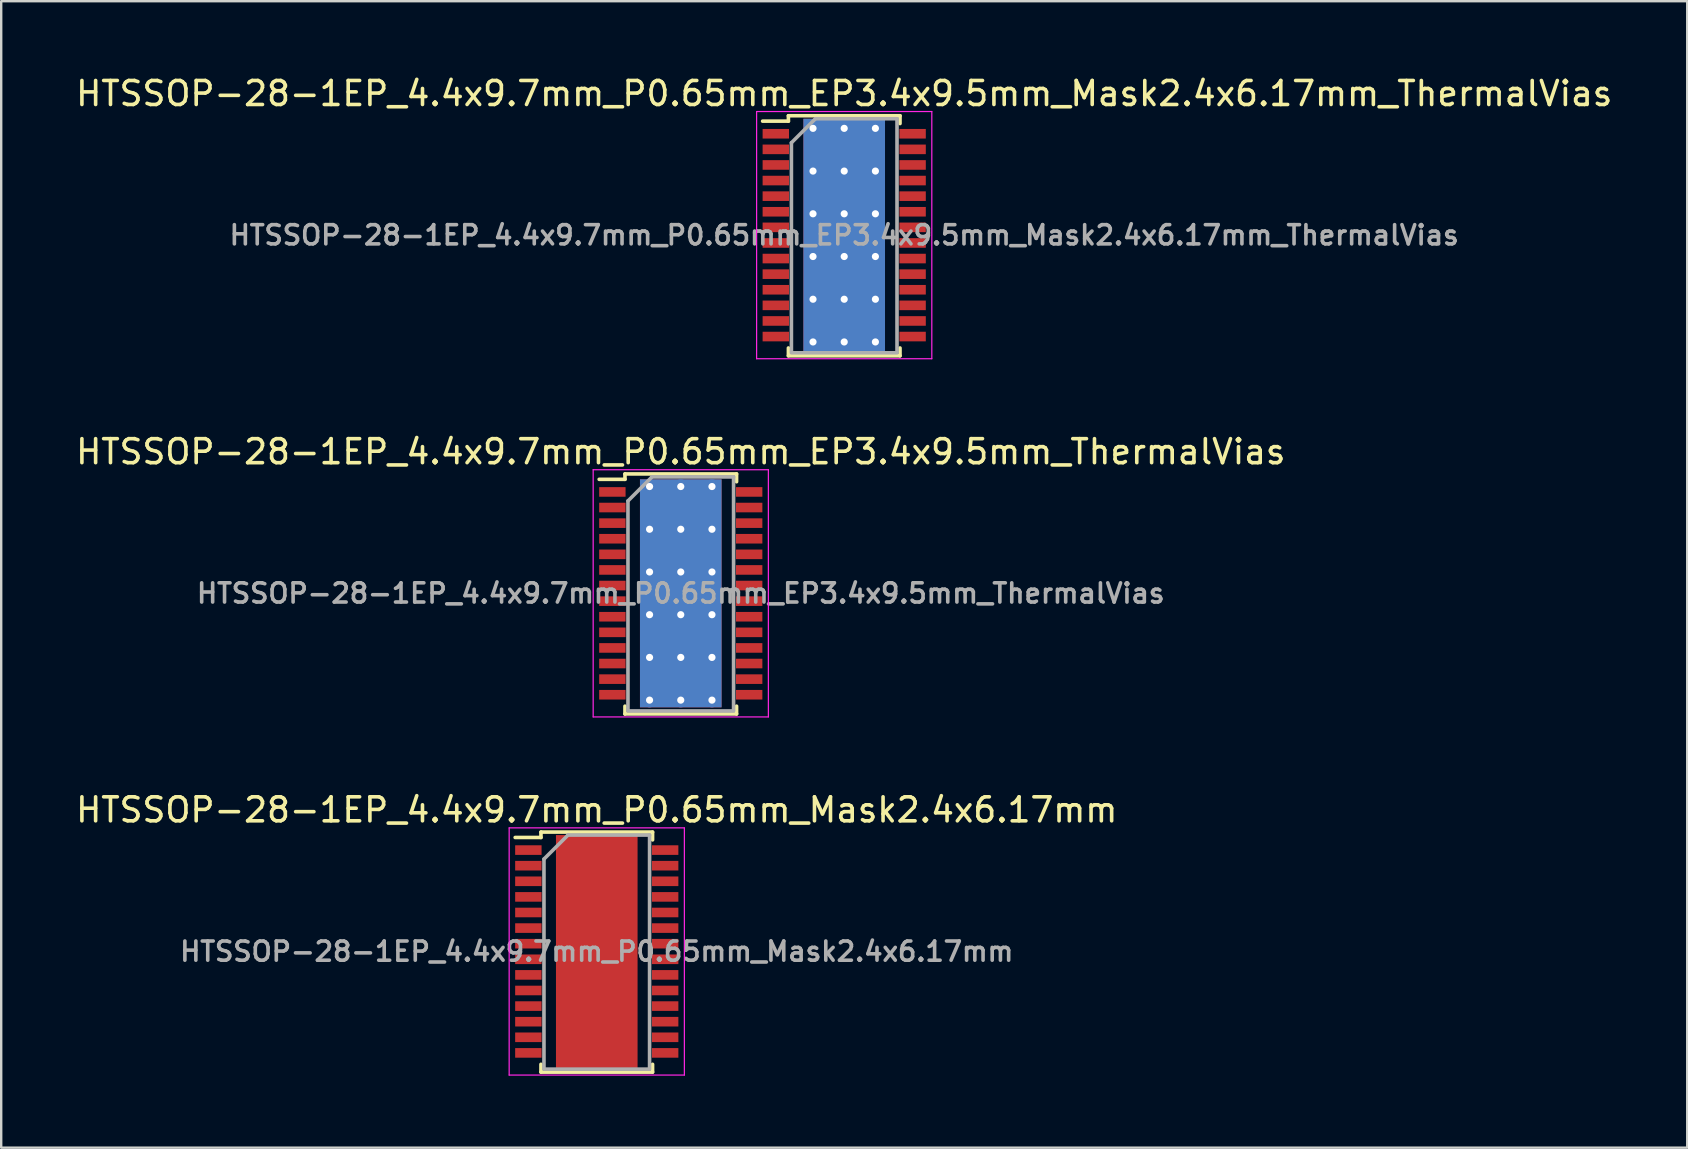
<source format=kicad_pcb>
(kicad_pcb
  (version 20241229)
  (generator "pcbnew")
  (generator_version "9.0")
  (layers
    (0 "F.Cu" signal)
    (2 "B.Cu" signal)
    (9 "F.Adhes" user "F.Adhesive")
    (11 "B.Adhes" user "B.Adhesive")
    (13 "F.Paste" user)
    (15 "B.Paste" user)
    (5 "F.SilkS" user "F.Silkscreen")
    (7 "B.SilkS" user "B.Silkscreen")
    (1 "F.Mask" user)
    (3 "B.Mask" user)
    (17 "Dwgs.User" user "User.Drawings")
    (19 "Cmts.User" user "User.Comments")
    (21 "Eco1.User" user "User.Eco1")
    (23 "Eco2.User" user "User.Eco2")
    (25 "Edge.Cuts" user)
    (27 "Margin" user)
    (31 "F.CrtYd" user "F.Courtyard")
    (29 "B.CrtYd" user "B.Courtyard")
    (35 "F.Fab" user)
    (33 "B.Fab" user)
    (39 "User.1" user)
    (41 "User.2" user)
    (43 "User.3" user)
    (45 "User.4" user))
  (footprint "HTSSOP-28-1EP_4.4x9.7mm_P0.65mm_EP3.4x9.5mm_Mask2.4x6.17mm_ThermalVias"
    (layer "F.Cu")
    (at 32.125 6.748)
    (property "Reference" "HTSSOP-28-1EP_4.4x9.7mm_P0.65mm_EP3.4x9.5mm_Mask2.4x6.17mm_ThermalVias" (at 0 -5.9 0) (layer "F.SilkS") (effects (font (size 1 1) (thickness 0.15))))
    (attr smd)
    (fp_line (start -2.325 -4.975) (end -2.325 -4.75) (stroke (width 0.15) (type solid)) (layer "F.SilkS"))
    (fp_line (start -2.325 -4.975) (end 2.325 -4.975) (stroke (width 0.15) (type solid)) (layer "F.SilkS"))
    (fp_line (start -2.325 -4.75) (end -3.4 -4.75) (stroke (width 0.15) (type solid)) (layer "F.SilkS"))
    (fp_line (start -2.325 5.026) (end -2.325 4.701) (stroke (width 0.15) (type solid)) (layer "F.SilkS"))
    (fp_line (start -2.325 5.026) (end 2.325 5.026) (stroke (width 0.15) (type solid)) (layer "F.SilkS"))
    (fp_line (start 2.325 -4.975) (end 2.325 -4.65) (stroke (width 0.15) (type solid)) (layer "F.SilkS"))
    (fp_line (start 2.325 5.026) (end 2.325 4.701) (stroke (width 0.15) (type solid)) (layer "F.SilkS"))
    (fp_line (start -3.65 -5.15) (end -3.65 5.15) (stroke (width 0.05) (type solid)) (layer "F.CrtYd"))
    (fp_line (start -3.65 -5.15) (end 3.65 -5.15) (stroke (width 0.05) (type solid)) (layer "F.CrtYd"))
    (fp_line (start -3.65 5.15) (end 3.65 5.15) (stroke (width 0.05) (type solid)) (layer "F.CrtYd"))
    (fp_line (start 3.65 -5.15) (end 3.65 5.15) (stroke (width 0.05) (type solid)) (layer "F.CrtYd"))
    (fp_line (start -2.2 -3.85) (end -1.2 -4.85) (stroke (width 0.15) (type solid)) (layer "F.Fab"))
    (fp_line (start -2.2 4.85) (end -2.2 -3.85) (stroke (width 0.15) (type solid)) (layer "F.Fab"))
    (fp_line (start -1.2 -4.85) (end 2.2 -4.85) (stroke (width 0.15) (type solid)) (layer "F.Fab"))
    (fp_line (start 2.2 -4.85) (end 2.2 4.85) (stroke (width 0.15) (type solid)) (layer "F.Fab"))
    (fp_line (start 2.2 4.901) (end -2.2 4.901) (stroke (width 0.15) (type solid)) (layer "F.Fab"))
    (fp_text user "${REFERENCE}" (at 0 0 0) (layer "F.Fab") (effects (font (size 0.8 0.8) (thickness 0.15))))
    (pad "" smd rect (at -0.6 -1.78) (size 0.9 1.4) (layers "F.Paste"))
    (pad "" smd rect (at -0.6 0) (size 0.9 1.4) (layers "F.Paste"))
    (pad "" smd rect (at -0.6 1.78) (size 0.9 1.4) (layers "F.Paste"))
    (pad "" smd rect (at 0 0) (size 2.4 6.17) (layers "F.Mask"))
    (pad "" smd rect (at 0.6 -1.78) (size 0.9 1.4) (layers "F.Paste"))
    (pad "" smd rect (at 0.6 0) (size 0.9 1.4) (layers "F.Paste"))
    (pad "" smd rect (at 0.6 1.78) (size 0.9 1.4) (layers "F.Paste"))
    (pad "1" smd rect (at -2.85 -4.225) (size 1.1 0.4) (layers "F.Cu" "F.Mask" "F.Paste"))
    (pad "2" smd rect (at -2.85 -3.575) (size 1.1 0.4) (layers "F.Cu" "F.Mask" "F.Paste"))
    (pad "3" smd rect (at -2.85 -2.925) (size 1.1 0.4) (layers "F.Cu" "F.Mask" "F.Paste"))
    (pad "4" smd rect (at -2.85 -2.275) (size 1.1 0.4) (layers "F.Cu" "F.Mask" "F.Paste"))
    (pad "5" smd rect (at -2.85 -1.625) (size 1.1 0.4) (layers "F.Cu" "F.Mask" "F.Paste"))
    (pad "6" smd rect (at -2.85 -0.975) (size 1.1 0.4) (layers "F.Cu" "F.Mask" "F.Paste"))
    (pad "7" smd rect (at -2.85 -0.325) (size 1.1 0.4) (layers "F.Cu" "F.Mask" "F.Paste"))
    (pad "8" smd rect (at -2.85 0.325) (size 1.1 0.4) (layers "F.Cu" "F.Mask" "F.Paste"))
    (pad "9" smd rect (at -2.85 0.975) (size 1.1 0.4) (layers "F.Cu" "F.Mask" "F.Paste"))
    (pad "10" smd rect (at -2.85 1.625) (size 1.1 0.4) (layers "F.Cu" "F.Mask" "F.Paste"))
    (pad "11" smd rect (at -2.85 2.275) (size 1.1 0.4) (layers "F.Cu" "F.Mask" "F.Paste"))
    (pad "12" smd rect (at -2.85 2.925) (size 1.1 0.4) (layers "F.Cu" "F.Mask" "F.Paste"))
    (pad "13" smd rect (at -2.85 3.575) (size 1.1 0.4) (layers "F.Cu" "F.Mask" "F.Paste"))
    (pad "14" smd rect (at -2.85 4.225) (size 1.1 0.4) (layers "F.Cu" "F.Mask" "F.Paste"))
    (pad "15" smd rect (at 2.85 4.225) (size 1.1 0.4) (layers "F.Cu" "F.Mask" "F.Paste"))
    (pad "16" smd rect (at 2.85 3.575) (size 1.1 0.4) (layers "F.Cu" "F.Mask" "F.Paste"))
    (pad "17" smd rect (at 2.85 2.925) (size 1.1 0.4) (layers "F.Cu" "F.Mask" "F.Paste"))
    (pad "18" smd rect (at 2.85 2.275) (size 1.1 0.4) (layers "F.Cu" "F.Mask" "F.Paste"))
    (pad "19" smd rect (at 2.85 1.625) (size 1.1 0.4) (layers "F.Cu" "F.Mask" "F.Paste"))
    (pad "20" smd rect (at 2.85 0.975) (size 1.1 0.4) (layers "F.Cu" "F.Mask" "F.Paste"))
    (pad "21" smd rect (at 2.85 0.325) (size 1.1 0.4) (layers "F.Cu" "F.Mask" "F.Paste"))
    (pad "22" smd rect (at 2.85 -0.325) (size 1.1 0.4) (layers "F.Cu" "F.Mask" "F.Paste"))
    (pad "23" smd rect (at 2.85 -0.975) (size 1.1 0.4) (layers "F.Cu" "F.Mask" "F.Paste"))
    (pad "24" smd rect (at 2.85 -1.625) (size 1.1 0.4) (layers "F.Cu" "F.Mask" "F.Paste"))
    (pad "25" smd rect (at 2.85 -2.275) (size 1.1 0.4) (layers "F.Cu" "F.Mask" "F.Paste"))
    (pad "26" smd rect (at 2.85 -2.925) (size 1.1 0.4) (layers "F.Cu" "F.Mask" "F.Paste"))
    (pad "27" smd rect (at 2.85 -3.575) (size 1.1 0.4) (layers "F.Cu" "F.Mask" "F.Paste"))
    (pad "28" smd rect (at 2.85 -4.225) (size 1.1 0.4) (layers "F.Cu" "F.Mask" "F.Paste"))
    (pad "29" thru_hole circle (at -1.3 -4.45) (size 0.6 0.6) (drill 0.3) (layers "*.Cu"))
    (pad "29" thru_hole circle (at -1.3 -2.67) (size 0.6 0.6) (drill 0.3) (layers "*.Cu"))
    (pad "29" thru_hole circle (at -1.3 -0.89) (size 0.6 0.6) (drill 0.3) (layers "*.Cu"))
    (pad "29" thru_hole circle (at -1.3 0.89) (size 0.6 0.6) (drill 0.3) (layers "*.Cu"))
    (pad "29" thru_hole circle (at -1.3 2.67) (size 0.6 0.6) (drill 0.3) (layers "*.Cu"))
    (pad "29" thru_hole circle (at -1.3 4.45) (size 0.6 0.6) (drill 0.3) (layers "*.Cu"))
    (pad "29" thru_hole circle (at 0 -4.45) (size 0.6 0.6) (drill 0.3) (layers "*.Cu"))
    (pad "29" thru_hole circle (at 0 -2.67) (size 0.6 0.6) (drill 0.3) (layers "*.Cu"))
    (pad "29" thru_hole circle (at 0 -0.89) (size 0.6 0.6) (drill 0.3) (layers "*.Cu"))
    (pad "29" smd rect (at 0 0) (size 3.4 9.7) (layers "F.Cu"))
    (pad "29" smd rect (at 0 0) (size 3.4 9.7) (layers "B.Cu"))
    (pad "29" thru_hole circle (at 0 0.89) (size 0.6 0.6) (drill 0.3) (layers "*.Cu"))
    (pad "29" thru_hole circle (at 0 2.67) (size 0.6 0.6) (drill 0.3) (layers "*.Cu"))
    (pad "29" thru_hole circle (at 0 4.45) (size 0.6 0.6) (drill 0.3) (layers "*.Cu"))
    (pad "29" thru_hole circle (at 1.3 -4.45) (size 0.6 0.6) (drill 0.3) (layers "*.Cu"))
    (pad "29" thru_hole circle (at 1.3 -2.67) (size 0.6 0.6) (drill 0.3) (layers "*.Cu"))
    (pad "29" thru_hole circle (at 1.3 -0.89) (size 0.6 0.6) (drill 0.3) (layers "*.Cu"))
    (pad "29" thru_hole circle (at 1.3 0.89) (size 0.6 0.6) (drill 0.3) (layers "*.Cu"))
    (pad "29" thru_hole circle (at 1.3 2.67) (size 0.6 0.6) (drill 0.3) (layers "*.Cu"))
    (pad "29" thru_hole circle (at 1.3 4.45) (size 0.6 0.6) (drill 0.3) (layers "*.Cu")))
  (footprint "HTSSOP-28-1EP_4.4x9.7mm_P0.65mm_EP3.4x9.5mm_ThermalVias"
    (layer "F.Cu")
    (at 25.315 21.672)
    (property "Reference" "HTSSOP-28-1EP_4.4x9.7mm_P0.65mm_EP3.4x9.5mm_ThermalVias" (at 0 -5.9 0) (layer "F.SilkS") (effects (font (size 1 1) (thickness 0.15))))
    (attr smd)
    (fp_line (start -2.325 -4.975) (end -2.325 -4.75) (stroke (width 0.15) (type solid)) (layer "F.SilkS"))
    (fp_line (start -2.325 -4.975) (end 2.325 -4.975) (stroke (width 0.15) (type solid)) (layer "F.SilkS"))
    (fp_line (start -2.325 -4.75) (end -3.4 -4.75) (stroke (width 0.15) (type solid)) (layer "F.SilkS"))
    (fp_line (start -2.325 5.026) (end -2.325 4.701) (stroke (width 0.15) (type solid)) (layer "F.SilkS"))
    (fp_line (start -2.325 5.026) (end 2.325 5.026) (stroke (width 0.15) (type solid)) (layer "F.SilkS"))
    (fp_line (start 2.325 -4.975) (end 2.325 -4.65) (stroke (width 0.15) (type solid)) (layer "F.SilkS"))
    (fp_line (start 2.325 5.026) (end 2.325 4.701) (stroke (width 0.15) (type solid)) (layer "F.SilkS"))
    (fp_line (start -3.65 -5.15) (end -3.65 5.15) (stroke (width 0.05) (type solid)) (layer "F.CrtYd"))
    (fp_line (start -3.65 -5.15) (end 3.65 -5.15) (stroke (width 0.05) (type solid)) (layer "F.CrtYd"))
    (fp_line (start -3.65 5.15) (end 3.65 5.15) (stroke (width 0.05) (type solid)) (layer "F.CrtYd"))
    (fp_line (start 3.65 -5.15) (end 3.65 5.15) (stroke (width 0.05) (type solid)) (layer "F.CrtYd"))
    (fp_line (start -2.2 -3.85) (end -1.2 -4.85) (stroke (width 0.15) (type solid)) (layer "F.Fab"))
    (fp_line (start -2.2 4.85) (end -2.2 -3.85) (stroke (width 0.15) (type solid)) (layer "F.Fab"))
    (fp_line (start -1.2 -4.85) (end 2.2 -4.85) (stroke (width 0.15) (type solid)) (layer "F.Fab"))
    (fp_line (start 2.2 -4.85) (end 2.2 4.85) (stroke (width 0.15) (type solid)) (layer "F.Fab"))
    (fp_line (start 2.2 4.901) (end -2.2 4.901) (stroke (width 0.15) (type solid)) (layer "F.Fab"))
    (fp_text user "${REFERENCE}" (at 0 0 0) (layer "F.Fab") (effects (font (size 0.8 0.8) (thickness 0.15))))
    (pad "" smd rect (at -0.85 -3.56) (size 1.4 1.4) (layers "F.Paste"))
    (pad "" smd rect (at -0.85 -1.78) (size 1.4 1.4) (layers "F.Paste"))
    (pad "" smd rect (at -0.85 0) (size 1.4 1.4) (layers "F.Paste"))
    (pad "" smd rect (at -0.85 1.78) (size 1.4 1.4) (layers "F.Paste"))
    (pad "" smd rect (at -0.85 3.56) (size 1.4 1.4) (layers "F.Paste"))
    (pad "" smd rect (at 0.85 -3.56) (size 1.4 1.4) (layers "F.Paste"))
    (pad "" smd rect (at 0.85 -1.78) (size 1.4 1.4) (layers "F.Paste"))
    (pad "" smd rect (at 0.85 0) (size 1.4 1.4) (layers "F.Paste"))
    (pad "" smd rect (at 0.85 1.78) (size 1.4 1.4) (layers "F.Paste"))
    (pad "" smd rect (at 0.85 3.56) (size 1.4 1.4) (layers "F.Paste"))
    (pad "1" smd rect (at -2.85 -4.225) (size 1.1 0.4) (layers "F.Cu" "F.Mask" "F.Paste"))
    (pad "2" smd rect (at -2.85 -3.575) (size 1.1 0.4) (layers "F.Cu" "F.Mask" "F.Paste"))
    (pad "3" smd rect (at -2.85 -2.925) (size 1.1 0.4) (layers "F.Cu" "F.Mask" "F.Paste"))
    (pad "4" smd rect (at -2.85 -2.275) (size 1.1 0.4) (layers "F.Cu" "F.Mask" "F.Paste"))
    (pad "5" smd rect (at -2.85 -1.625) (size 1.1 0.4) (layers "F.Cu" "F.Mask" "F.Paste"))
    (pad "6" smd rect (at -2.85 -0.975) (size 1.1 0.4) (layers "F.Cu" "F.Mask" "F.Paste"))
    (pad "7" smd rect (at -2.85 -0.325) (size 1.1 0.4) (layers "F.Cu" "F.Mask" "F.Paste"))
    (pad "8" smd rect (at -2.85 0.325) (size 1.1 0.4) (layers "F.Cu" "F.Mask" "F.Paste"))
    (pad "9" smd rect (at -2.85 0.975) (size 1.1 0.4) (layers "F.Cu" "F.Mask" "F.Paste"))
    (pad "10" smd rect (at -2.85 1.625) (size 1.1 0.4) (layers "F.Cu" "F.Mask" "F.Paste"))
    (pad "11" smd rect (at -2.85 2.275) (size 1.1 0.4) (layers "F.Cu" "F.Mask" "F.Paste"))
    (pad "12" smd rect (at -2.85 2.925) (size 1.1 0.4) (layers "F.Cu" "F.Mask" "F.Paste"))
    (pad "13" smd rect (at -2.85 3.575) (size 1.1 0.4) (layers "F.Cu" "F.Mask" "F.Paste"))
    (pad "14" smd rect (at -2.85 4.225) (size 1.1 0.4) (layers "F.Cu" "F.Mask" "F.Paste"))
    (pad "15" smd rect (at 2.85 4.225) (size 1.1 0.4) (layers "F.Cu" "F.Mask" "F.Paste"))
    (pad "16" smd rect (at 2.85 3.575) (size 1.1 0.4) (layers "F.Cu" "F.Mask" "F.Paste"))
    (pad "17" smd rect (at 2.85 2.925) (size 1.1 0.4) (layers "F.Cu" "F.Mask" "F.Paste"))
    (pad "18" smd rect (at 2.85 2.275) (size 1.1 0.4) (layers "F.Cu" "F.Mask" "F.Paste"))
    (pad "19" smd rect (at 2.85 1.625) (size 1.1 0.4) (layers "F.Cu" "F.Mask" "F.Paste"))
    (pad "20" smd rect (at 2.85 0.975) (size 1.1 0.4) (layers "F.Cu" "F.Mask" "F.Paste"))
    (pad "21" smd rect (at 2.85 0.325) (size 1.1 0.4) (layers "F.Cu" "F.Mask" "F.Paste"))
    (pad "22" smd rect (at 2.85 -0.325) (size 1.1 0.4) (layers "F.Cu" "F.Mask" "F.Paste"))
    (pad "23" smd rect (at 2.85 -0.975) (size 1.1 0.4) (layers "F.Cu" "F.Mask" "F.Paste"))
    (pad "24" smd rect (at 2.85 -1.625) (size 1.1 0.4) (layers "F.Cu" "F.Mask" "F.Paste"))
    (pad "25" smd rect (at 2.85 -2.275) (size 1.1 0.4) (layers "F.Cu" "F.Mask" "F.Paste"))
    (pad "26" smd rect (at 2.85 -2.925) (size 1.1 0.4) (layers "F.Cu" "F.Mask" "F.Paste"))
    (pad "27" smd rect (at 2.85 -3.575) (size 1.1 0.4) (layers "F.Cu" "F.Mask" "F.Paste"))
    (pad "28" smd rect (at 2.85 -4.225) (size 1.1 0.4) (layers "F.Cu" "F.Mask" "F.Paste"))
    (pad "29" thru_hole circle (at -1.3 -4.45) (size 0.6 0.6) (drill 0.3) (layers "*.Cu"))
    (pad "29" thru_hole circle (at -1.3 -2.67) (size 0.6 0.6) (drill 0.3) (layers "*.Cu"))
    (pad "29" thru_hole circle (at -1.3 -0.89) (size 0.6 0.6) (drill 0.3) (layers "*.Cu"))
    (pad "29" thru_hole circle (at -1.3 0.89) (size 0.6 0.6) (drill 0.3) (layers "*.Cu"))
    (pad "29" thru_hole circle (at -1.3 2.67) (size 0.6 0.6) (drill 0.3) (layers "*.Cu"))
    (pad "29" thru_hole circle (at -1.3 4.45) (size 0.6 0.6) (drill 0.3) (layers "*.Cu"))
    (pad "29" thru_hole circle (at 0 -4.45) (size 0.6 0.6) (drill 0.3) (layers "*.Cu"))
    (pad "29" thru_hole circle (at 0 -2.67) (size 0.6 0.6) (drill 0.3) (layers "*.Cu"))
    (pad "29" thru_hole circle (at 0 -0.89) (size 0.6 0.6) (drill 0.3) (layers "*.Cu"))
    (pad "29" smd rect (at 0 0) (size 3.4 9.5) (layers "F.Cu" "F.Mask"))
    (pad "29" smd rect (at 0 0) (size 3.4 9.5) (layers "B.Cu"))
    (pad "29" thru_hole circle (at 0 0.89) (size 0.6 0.6) (drill 0.3) (layers "*.Cu"))
    (pad "29" thru_hole circle (at 0 2.67) (size 0.6 0.6) (drill 0.3) (layers "*.Cu"))
    (pad "29" thru_hole circle (at 0 4.45) (size 0.6 0.6) (drill 0.3) (layers "*.Cu"))
    (pad "29" thru_hole circle (at 1.3 -4.45) (size 0.6 0.6) (drill 0.3) (layers "*.Cu"))
    (pad "29" thru_hole circle (at 1.3 -2.67) (size 0.6 0.6) (drill 0.3) (layers "*.Cu"))
    (pad "29" thru_hole circle (at 1.3 -0.89) (size 0.6 0.6) (drill 0.3) (layers "*.Cu"))
    (pad "29" thru_hole circle (at 1.3 0.89) (size 0.6 0.6) (drill 0.3) (layers "*.Cu"))
    (pad "29" thru_hole circle (at 1.3 2.67) (size 0.6 0.6) (drill 0.3) (layers "*.Cu"))
    (pad "29" thru_hole circle (at 1.3 4.45) (size 0.6 0.6) (drill 0.3) (layers "*.Cu")))
  (footprint "HTSSOP-28-1EP_4.4x9.7mm_P0.65mm_Mask2.4x6.17mm"
    (layer "F.Cu")
    (at 21.815 36.595)
    (property "Reference" "HTSSOP-28-1EP_4.4x9.7mm_P0.65mm_Mask2.4x6.17mm" (at 0 -5.9 0) (layer "F.SilkS") (effects (font (size 1 1) (thickness 0.15))))
    (attr smd)
    (fp_line (start -2.325 -4.975) (end -2.325 -4.75) (stroke (width 0.15) (type solid)) (layer "F.SilkS"))
    (fp_line (start -2.325 -4.975) (end 2.325 -4.975) (stroke (width 0.15) (type solid)) (layer "F.SilkS"))
    (fp_line (start -2.325 -4.75) (end -3.4 -4.75) (stroke (width 0.15) (type solid)) (layer "F.SilkS"))
    (fp_line (start -2.325 5.026) (end -2.325 4.701) (stroke (width 0.15) (type solid)) (layer "F.SilkS"))
    (fp_line (start -2.325 5.026) (end 2.325 5.026) (stroke (width 0.15) (type solid)) (layer "F.SilkS"))
    (fp_line (start 2.325 -4.975) (end 2.325 -4.65) (stroke (width 0.15) (type solid)) (layer "F.SilkS"))
    (fp_line (start 2.325 5.026) (end 2.325 4.701) (stroke (width 0.15) (type solid)) (layer "F.SilkS"))
    (fp_line (start -3.65 -5.15) (end -3.65 5.15) (stroke (width 0.05) (type solid)) (layer "F.CrtYd"))
    (fp_line (start -3.65 -5.15) (end 3.65 -5.15) (stroke (width 0.05) (type solid)) (layer "F.CrtYd"))
    (fp_line (start -3.65 5.15) (end 3.65 5.15) (stroke (width 0.05) (type solid)) (layer "F.CrtYd"))
    (fp_line (start 3.65 -5.15) (end 3.65 5.15) (stroke (width 0.05) (type solid)) (layer "F.CrtYd"))
    (fp_line (start -2.2 -3.85) (end -1.2 -4.85) (stroke (width 0.15) (type solid)) (layer "F.Fab"))
    (fp_line (start -2.2 4.85) (end -2.2 -3.85) (stroke (width 0.15) (type solid)) (layer "F.Fab"))
    (fp_line (start -1.2 -4.85) (end 2.2 -4.85) (stroke (width 0.15) (type solid)) (layer "F.Fab"))
    (fp_line (start 2.2 -4.85) (end 2.2 4.85) (stroke (width 0.15) (type solid)) (layer "F.Fab"))
    (fp_line (start 2.2 4.901) (end -2.2 4.901) (stroke (width 0.15) (type solid)) (layer "F.Fab"))
    (fp_text user "${REFERENCE}" (at 0 0 0) (layer "F.Fab") (effects (font (size 0.8 0.8) (thickness 0.15))))
    (pad "" smd rect (at -0.6 -2.468) (size 0.9 0.93) (layers "F.Paste"))
    (pad "" smd rect (at -0.6 -1.234) (size 0.9 0.93) (layers "F.Paste"))
    (pad "" smd rect (at -0.6 0) (size 0.9 0.93) (layers "F.Paste"))
    (pad "" smd rect (at -0.6 1.234) (size 0.9 0.93) (layers "F.Paste"))
    (pad "" smd rect (at -0.6 2.468) (size 0.9 0.93) (layers "F.Paste"))
    (pad "" smd rect (at 0 0) (size 2.4 6.17) (layers "F.Mask"))
    (pad "" smd rect (at 0.6 -2.468) (size 0.9 0.93) (layers "F.Paste"))
    (pad "" smd rect (at 0.6 -1.234) (size 0.9 0.93) (layers "F.Paste"))
    (pad "" smd rect (at 0.6 0) (size 0.9 0.93) (layers "F.Paste"))
    (pad "" smd rect (at 0.6 1.234) (size 0.9 0.93) (layers "F.Paste"))
    (pad "" smd rect (at 0.6 2.468) (size 0.9 0.93) (layers "F.Paste"))
    (pad "1" smd rect (at -2.85 -4.225) (size 1.1 0.4) (layers "F.Cu" "F.Mask" "F.Paste"))
    (pad "2" smd rect (at -2.85 -3.575) (size 1.1 0.4) (layers "F.Cu" "F.Mask" "F.Paste"))
    (pad "3" smd rect (at -2.85 -2.925) (size 1.1 0.4) (layers "F.Cu" "F.Mask" "F.Paste"))
    (pad "4" smd rect (at -2.85 -2.275) (size 1.1 0.4) (layers "F.Cu" "F.Mask" "F.Paste"))
    (pad "5" smd rect (at -2.85 -1.625) (size 1.1 0.4) (layers "F.Cu" "F.Mask" "F.Paste"))
    (pad "6" smd rect (at -2.85 -0.975) (size 1.1 0.4) (layers "F.Cu" "F.Mask" "F.Paste"))
    (pad "7" smd rect (at -2.85 -0.325) (size 1.1 0.4) (layers "F.Cu" "F.Mask" "F.Paste"))
    (pad "8" smd rect (at -2.85 0.325) (size 1.1 0.4) (layers "F.Cu" "F.Mask" "F.Paste"))
    (pad "9" smd rect (at -2.85 0.975) (size 1.1 0.4) (layers "F.Cu" "F.Mask" "F.Paste"))
    (pad "10" smd rect (at -2.85 1.625) (size 1.1 0.4) (layers "F.Cu" "F.Mask" "F.Paste"))
    (pad "11" smd rect (at -2.85 2.275) (size 1.1 0.4) (layers "F.Cu" "F.Mask" "F.Paste"))
    (pad "12" smd rect (at -2.85 2.925) (size 1.1 0.4) (layers "F.Cu" "F.Mask" "F.Paste"))
    (pad "13" smd rect (at -2.85 3.575) (size 1.1 0.4) (layers "F.Cu" "F.Mask" "F.Paste"))
    (pad "14" smd rect (at -2.85 4.225) (size 1.1 0.4) (layers "F.Cu" "F.Mask" "F.Paste"))
    (pad "15" smd rect (at 2.85 4.225) (size 1.1 0.4) (layers "F.Cu" "F.Mask" "F.Paste"))
    (pad "16" smd rect (at 2.85 3.575) (size 1.1 0.4) (layers "F.Cu" "F.Mask" "F.Paste"))
    (pad "17" smd rect (at 2.85 2.925) (size 1.1 0.4) (layers "F.Cu" "F.Mask" "F.Paste"))
    (pad "18" smd rect (at 2.85 2.275) (size 1.1 0.4) (layers "F.Cu" "F.Mask" "F.Paste"))
    (pad "19" smd rect (at 2.85 1.625) (size 1.1 0.4) (layers "F.Cu" "F.Mask" "F.Paste"))
    (pad "20" smd rect (at 2.85 0.975) (size 1.1 0.4) (layers "F.Cu" "F.Mask" "F.Paste"))
    (pad "21" smd rect (at 2.85 0.325) (size 1.1 0.4) (layers "F.Cu" "F.Mask" "F.Paste"))
    (pad "22" smd rect (at 2.85 -0.325) (size 1.1 0.4) (layers "F.Cu" "F.Mask" "F.Paste"))
    (pad "23" smd rect (at 2.85 -0.975) (size 1.1 0.4) (layers "F.Cu" "F.Mask" "F.Paste"))
    (pad "24" smd rect (at 2.85 -1.625) (size 1.1 0.4) (layers "F.Cu" "F.Mask" "F.Paste"))
    (pad "25" smd rect (at 2.85 -2.275) (size 1.1 0.4) (layers "F.Cu" "F.Mask" "F.Paste"))
    (pad "26" smd rect (at 2.85 -2.925) (size 1.1 0.4) (layers "F.Cu" "F.Mask" "F.Paste"))
    (pad "27" smd rect (at 2.85 -3.575) (size 1.1 0.4) (layers "F.Cu" "F.Mask" "F.Paste"))
    (pad "28" smd rect (at 2.85 -4.225) (size 1.1 0.4) (layers "F.Cu" "F.Mask" "F.Paste"))
    (pad "29" smd rect (at 0 0) (size 3.4 9.7) (layers "F.Cu")))
  (gr_rect
    (start -3 -3)
    (end 67.25 44.77)
    (stroke (width 0.1) (type default))
    (fill no)
    (layer "Edge.Cuts")))
</source>
